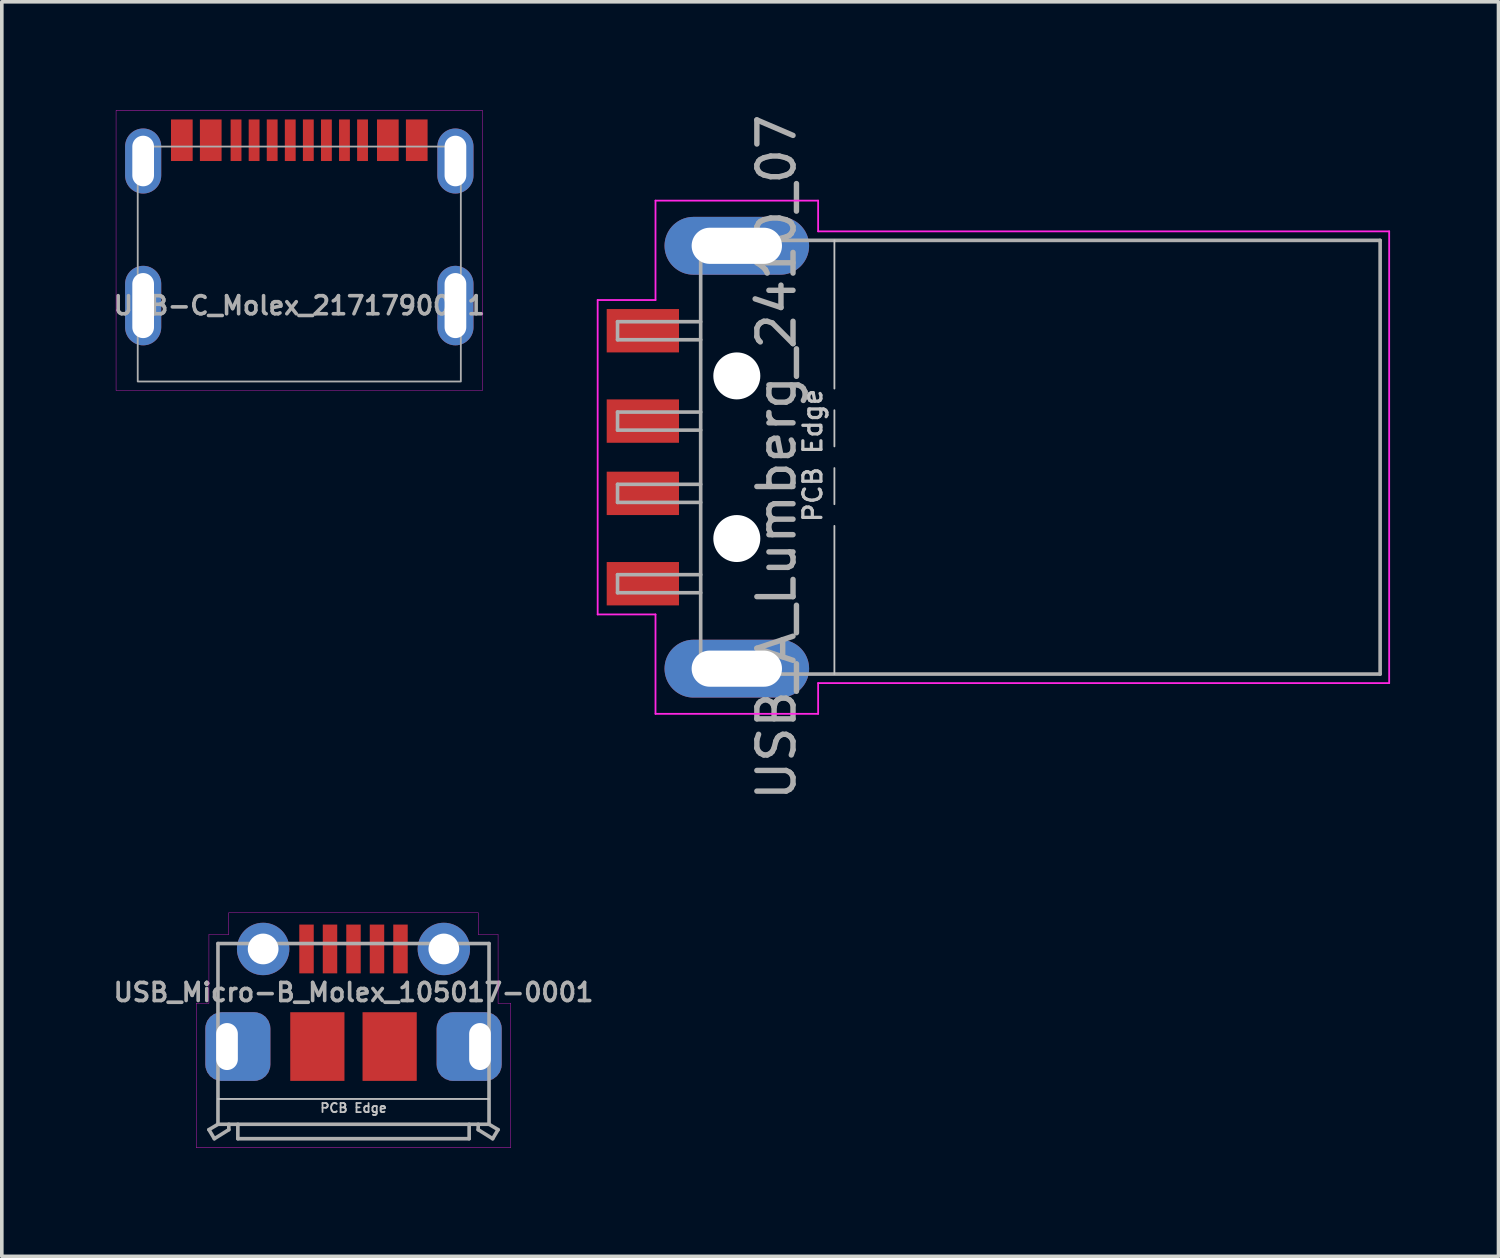
<source format=kicad_pcb>
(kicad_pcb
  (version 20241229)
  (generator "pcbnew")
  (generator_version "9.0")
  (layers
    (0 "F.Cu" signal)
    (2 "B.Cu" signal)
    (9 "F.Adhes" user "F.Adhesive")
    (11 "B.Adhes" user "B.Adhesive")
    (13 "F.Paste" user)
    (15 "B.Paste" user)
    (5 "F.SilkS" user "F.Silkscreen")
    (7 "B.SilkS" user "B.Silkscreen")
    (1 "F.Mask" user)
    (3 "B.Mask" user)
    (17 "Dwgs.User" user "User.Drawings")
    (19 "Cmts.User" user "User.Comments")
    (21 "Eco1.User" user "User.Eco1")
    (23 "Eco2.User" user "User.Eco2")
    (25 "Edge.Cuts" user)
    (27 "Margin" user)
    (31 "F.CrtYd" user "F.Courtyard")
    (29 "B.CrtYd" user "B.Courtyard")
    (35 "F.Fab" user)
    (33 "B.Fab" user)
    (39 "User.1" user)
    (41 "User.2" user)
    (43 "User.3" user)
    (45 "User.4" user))
  (footprint "USB_A_Lumberg_2410_07"
    (layer "F.Cu")
    (at 17.337 9.601)
    (property "Reference" "USB_A_Lumberg_2410_07" (at 1.1 0 90) (layer "F.Fab") (effects (font (size 1 1) (thickness 0.15))))
    (attr smd)
    (fp_line (start 2.7 -1.9) (end 2.7 -6) (stroke (width 0.05) (type solid)) (layer "Dwgs.User"))
    (fp_line (start 2.7 -0.3) (end 2.7 -1.3) (stroke (width 0.05) (type solid)) (layer "Dwgs.User"))
    (fp_line (start 2.7 0.3) (end 2.7 1.3) (stroke (width 0.05) (type solid)) (layer "Dwgs.User"))
    (fp_line (start 2.7 6) (end 2.7 1.9) (stroke (width 0.05) (type solid)) (layer "Dwgs.User"))
    (fp_line (start -3.85 -4.35) (end -2.25 -4.35) (stroke (width 0.05) (type solid)) (layer "F.CrtYd"))
    (fp_line (start -3.85 4.35) (end -3.85 -4.35) (stroke (width 0.05) (type solid)) (layer "F.CrtYd"))
    (fp_line (start -3.85 4.35) (end -2.25 4.35) (stroke (width 0.05) (type solid)) (layer "F.CrtYd"))
    (fp_line (start -2.25 -7.1) (end -2.25 -4.35) (stroke (width 0.05) (type solid)) (layer "F.CrtYd"))
    (fp_line (start -2.25 -7.1) (end 2.25 -7.1) (stroke (width 0.05) (type solid)) (layer "F.CrtYd"))
    (fp_line (start -2.25 4.35) (end -2.25 7.1) (stroke (width 0.05) (type solid)) (layer "F.CrtYd"))
    (fp_line (start -2.25 7.1) (end 2.25 7.1) (stroke (width 0.05) (type solid)) (layer "F.CrtYd"))
    (fp_line (start 2.25 -6.25) (end 2.25 -7.1) (stroke (width 0.05) (type solid)) (layer "F.CrtYd"))
    (fp_line (start 2.25 -6.25) (end 18.05 -6.25) (stroke (width 0.05) (type solid)) (layer "F.CrtYd"))
    (fp_line (start 2.25 6.25) (end 18.05 6.25) (stroke (width 0.05) (type solid)) (layer "F.CrtYd"))
    (fp_line (start 2.25 7.1) (end 2.25 6.25) (stroke (width 0.05) (type solid)) (layer "F.CrtYd"))
    (fp_line (start 18.05 6.25) (end 18.05 -6.25) (stroke (width 0.05) (type solid)) (layer "F.CrtYd"))
    (fp_line (start -3.3 -3.75) (end -1 -3.75) (stroke (width 0.1) (type solid)) (layer "F.Fab"))
    (fp_line (start -3.3 -3.25) (end -3.3 -3.75) (stroke (width 0.1) (type solid)) (layer "F.Fab"))
    (fp_line (start -3.3 -3.25) (end -1 -3.25) (stroke (width 0.1) (type solid)) (layer "F.Fab"))
    (fp_line (start -3.3 -1.25) (end -1 -1.25) (stroke (width 0.1) (type solid)) (layer "F.Fab"))
    (fp_line (start -3.3 -0.75) (end -3.3 -1.25) (stroke (width 0.1) (type solid)) (layer "F.Fab"))
    (fp_line (start -3.3 -0.75) (end -1 -0.75) (stroke (width 0.1) (type solid)) (layer "F.Fab"))
    (fp_line (start -3.3 0.75) (end -1 0.75) (stroke (width 0.1) (type solid)) (layer "F.Fab"))
    (fp_line (start -3.3 1.25) (end -3.3 0.75) (stroke (width 0.1) (type solid)) (layer "F.Fab"))
    (fp_line (start -3.3 1.25) (end -1 1.25) (stroke (width 0.1) (type solid)) (layer "F.Fab"))
    (fp_line (start -3.3 3.25) (end -1 3.25) (stroke (width 0.1) (type solid)) (layer "F.Fab"))
    (fp_line (start -3.3 3.75) (end -3.3 3.25) (stroke (width 0.1) (type solid)) (layer "F.Fab"))
    (fp_line (start -3.3 3.75) (end -1 3.75) (stroke (width 0.1) (type solid)) (layer "F.Fab"))
    (fp_line (start -1 -6) (end 17.8 -6) (stroke (width 0.1) (type solid)) (layer "F.Fab"))
    (fp_line (start -1 6) (end -1 -6) (stroke (width 0.1) (type solid)) (layer "F.Fab"))
    (fp_line (start -1 6) (end 17.8 6) (stroke (width 0.1) (type solid)) (layer "F.Fab"))
    (fp_line (start 17.8 6) (end 17.8 -6) (stroke (width 0.1) (type solid)) (layer "F.Fab"))
    (fp_text user "PCB Edge" (at 2.1 -0.05 90) (layer "Dwgs.User") (effects (font (size 0.5 0.5) (thickness 0.09))))
    (pad "" np_thru_hole circle (at 0 -2.25) (size 1.3 1.3) (drill 1.3) (layers "*.Cu" "*.Mask"))
    (pad "" np_thru_hole circle (at 0 2.25) (size 1.3 1.3) (drill 1.3) (layers "*.Cu" "*.Mask"))
    (pad "1" smd rect (at -2.6 -3.5) (size 2 1.2) (layers "F.Cu" "F.Mask" "F.Paste"))
    (pad "2" smd rect (at -2.6 -1) (size 2 1.2) (layers "F.Cu" "F.Mask" "F.Paste"))
    (pad "3" smd rect (at -2.6 1) (size 2 1.2) (layers "F.Cu" "F.Mask" "F.Paste"))
    (pad "4" smd rect (at -2.6 3.5) (size 2 1.2) (layers "F.Cu" "F.Mask" "F.Paste"))
    (pad "5" thru_hole oval (at 0 -5.85) (size 4 1.6) (drill oval 2.5 1) (layers "*.Cu" "*.Mask"))
    (pad "5" thru_hole oval (at 0 5.85) (size 4 1.6) (drill oval 2.5 1) (layers "*.Cu" "*.Mask")))
  (footprint "USB-C_Molex_2171790001"
    (layer "F.Cu")
    (at 5.231 5.405)
    (property "Reference" "USB-C_Molex_2171790001" (at 0 0 0) (layer "F.Fab") (effects (font (size 0.5 0.5) (thickness 0.1))))
    (attr smd)
    (fp_rect (start -5.07 -5.4) (end 5.07 2.35) (stroke (width 0.01) (type solid)) (fill no) (layer "F.CrtYd"))
    (fp_rect (start -4.47 -4.4) (end 4.47 2.1) (stroke (width 0.05) (type solid)) (fill no) (layer "F.Fab"))
    (pad "A1-B12" smd rect (at -3.25 -4.575) (size 0.6 1.15) (layers "F.Cu" "F.Mask" "F.Paste"))
    (pad "A4-B9" smd rect (at -2.45 -4.575) (size 0.6 1.15) (layers "F.Cu" "F.Mask" "F.Paste"))
    (pad "A5" smd rect (at -1.25 -4.575) (size 0.3 1.15) (layers "F.Cu" "F.Mask" "F.Paste"))
    (pad "A6" smd rect (at -0.25 -4.575) (size 0.3 1.15) (layers "F.Cu" "F.Mask" "F.Paste"))
    (pad "A7" smd rect (at 0.25 -4.575) (size 0.3 1.15) (layers "F.Cu" "F.Mask" "F.Paste"))
    (pad "A8" smd rect (at 1.25 -4.575) (size 0.3 1.15) (layers "F.Cu" "F.Mask" "F.Paste"))
    (pad "B1-A12" smd rect (at 3.25 -4.575) (size 0.6 1.15) (layers "F.Cu" "F.Mask" "F.Paste"))
    (pad "B4-A9" smd rect (at 2.45 -4.575) (size 0.6 1.15) (layers "F.Cu" "F.Mask" "F.Paste"))
    (pad "B5" smd rect (at 1.75 -4.575) (size 0.3 1.15) (layers "F.Cu" "F.Mask" "F.Paste"))
    (pad "B6" smd rect (at 0.75 -4.575) (size 0.3 1.15) (layers "F.Cu" "F.Mask" "F.Paste"))
    (pad "B7" smd rect (at -0.75 -4.575) (size 0.3 1.15) (layers "F.Cu" "F.Mask" "F.Paste"))
    (pad "B8" smd rect (at -1.75 -4.575) (size 0.3 1.15) (layers "F.Cu" "F.Mask" "F.Paste"))
    (pad "S" thru_hole oval (at -4.32 -4) (size 1 1.8) (drill oval 0.6 1.4) (layers "*.Cu" "*.Mask"))
    (pad "S" thru_hole oval (at -4.32 0) (size 1 2.2) (drill oval 0.6 1.8) (layers "*.Cu" "*.Mask"))
    (pad "S" thru_hole oval (at 4.32 -4) (size 1 1.8) (drill oval 0.6 1.4) (layers "*.Cu" "*.Mask"))
    (pad "S" thru_hole oval (at 4.32 0) (size 1 2.2) (drill oval 0.6 1.8) (layers "*.Cu" "*.Mask")))
  (footprint "USB_Micro-B_Molex_105017-0001"
    (layer "F.Cu")
    (at 6.731 25.907)
    (property "Reference" "USB_Micro-B_Molex_105017-0001" (at 0 -1.5 0) (layer "F.Fab") (effects (font (size 0.5 0.5) (thickness 0.1))))
    (attr through_hole)
    (fp_line (start -3.75 1.45) (end 3.75 1.45) (stroke (width 0.05) (type solid)) (layer "Dwgs.User"))
    (fp_line (start -4.35 -1.2) (end -4 -1.2) (stroke (width 0.01) (type solid)) (layer "F.CrtYd"))
    (fp_line (start -4.35 2.8) (end -4.35 -1.2) (stroke (width 0.01) (type solid)) (layer "F.CrtYd"))
    (fp_line (start -4.35 2.8) (end 4.35 2.8) (stroke (width 0.01) (type solid)) (layer "F.CrtYd"))
    (fp_line (start -4 -3.1) (end -3.45 -3.1) (stroke (width 0.01) (type solid)) (layer "F.CrtYd"))
    (fp_line (start -4 -1.2) (end -4 -3.1) (stroke (width 0.01) (type solid)) (layer "F.CrtYd"))
    (fp_line (start -3.45 -3.7) (end 3.45 -3.7) (stroke (width 0.01) (type solid)) (layer "F.CrtYd"))
    (fp_line (start -3.45 -3.1) (end -3.45 -3.7) (stroke (width 0.01) (type solid)) (layer "F.CrtYd"))
    (fp_line (start 3.45 -3.7) (end 3.45 -3.1) (stroke (width 0.01) (type solid)) (layer "F.CrtYd"))
    (fp_line (start 3.45 -3.1) (end 4 -3.1) (stroke (width 0.01) (type solid)) (layer "F.CrtYd"))
    (fp_line (start 4 -3.1) (end 4 -1.2) (stroke (width 0.01) (type solid)) (layer "F.CrtYd"))
    (fp_line (start 4.35 -1.2) (end 4 -1.2) (stroke (width 0.01) (type solid)) (layer "F.CrtYd"))
    (fp_line (start 4.35 -1.2) (end 4.35 2.8) (stroke (width 0.01) (type solid)) (layer "F.CrtYd"))
    (fp_line (start -4 2.3) (end -3.85 2.55) (stroke (width 0.1) (type solid)) (layer "F.Fab"))
    (fp_line (start -3.85 2.55) (end -3.45 2.3) (stroke (width 0.1) (type solid)) (layer "F.Fab"))
    (fp_line (start -3.75 -2.85) (end 3.75 -2.85) (stroke (width 0.1) (type solid)) (layer "F.Fab"))
    (fp_line (start -3.75 2.15) (end -4 2.3) (stroke (width 0.1) (type solid)) (layer "F.Fab"))
    (fp_line (start -3.75 2.15) (end -3.75 -2.85) (stroke (width 0.1) (type solid)) (layer "F.Fab"))
    (fp_line (start -3.75 2.15) (end 3.75 2.15) (stroke (width 0.1) (type solid)) (layer "F.Fab"))
    (fp_line (start -3.45 2.15) (end -3.45 2.3) (stroke (width 0.1) (type solid)) (layer "F.Fab"))
    (fp_line (start -3.2 2.15) (end -3.2 2.55) (stroke (width 0.1) (type solid)) (layer "F.Fab"))
    (fp_line (start -3.2 2.55) (end 3.2 2.55) (stroke (width 0.1) (type solid)) (layer "F.Fab"))
    (fp_line (start 3.2 2.55) (end 3.2 2.15) (stroke (width 0.1) (type solid)) (layer "F.Fab"))
    (fp_line (start 3.45 2.3) (end 3.45 2.15) (stroke (width 0.1) (type solid)) (layer "F.Fab"))
    (fp_line (start 3.75 -2.85) (end 3.75 2.15) (stroke (width 0.1) (type solid)) (layer "F.Fab"))
    (fp_line (start 3.75 2.15) (end 4 2.3) (stroke (width 0.1) (type solid)) (layer "F.Fab"))
    (fp_line (start 3.85 2.55) (end 3.45 2.3) (stroke (width 0.1) (type solid)) (layer "F.Fab"))
    (fp_line (start 4 2.3) (end 3.85 2.55) (stroke (width 0.1) (type solid)) (layer "F.Fab"))
    (fp_text user "PCB Edge" (at 0 1.7 0) (layer "Dwgs.User") (effects (font (size 0.25 0.25) (thickness 0.05))))
    (pad "1" smd rect (at -1.3 -2.7) (size 0.4 1.35) (layers "F.Cu" "F.Mask" "F.Paste"))
    (pad "2" smd rect (at -0.65 -2.7) (size 0.4 1.35) (layers "F.Cu" "F.Mask" "F.Paste"))
    (pad "3" smd rect (at 0 -2.7) (size 0.4 1.35) (layers "F.Cu" "F.Mask" "F.Paste"))
    (pad "4" smd rect (at 0.65 -2.7) (size 0.4 1.35) (layers "F.Cu" "F.Mask" "F.Paste"))
    (pad "5" smd rect (at 1.3 -2.7) (size 0.4 1.35) (layers "F.Cu" "F.Mask" "F.Paste"))
    (pad "6" thru_hole roundrect (at -3.5 0) (size 1.8 1.9) (drill oval 0.6 1.3 (offset 0.3 0)) (layers "*.Cu" "*.Mask" "F.Paste") (roundrect_rratio 0.25))
    (pad "6" thru_hole circle (at -2.5 -2.7) (size 1.45 1.45) (drill 0.85) (layers "*.Cu" "*.Mask" "F.Paste"))
    (pad "6" smd rect (at -1 0) (size 1.5 1.9) (layers "F.Cu" "F.Mask" "F.Paste"))
    (pad "6" smd rect (at 1 0) (size 1.5 1.9) (layers "F.Cu" "F.Mask" "F.Paste"))
    (pad "6" thru_hole circle (at 2.5 -2.7) (size 1.45 1.45) (drill 0.85) (layers "*.Cu" "*.Mask" "F.Paste"))
    (pad "6" thru_hole roundrect (at 3.5 0) (size 1.8 1.9) (drill oval 0.6 1.3 (offset -0.3 0)) (layers "*.Cu" "*.Mask" "F.Paste") (roundrect_rratio 0.25)))
  (gr_rect
    (start -3 -3)
    (end 38.412 31.712)
    (stroke (width 0.1) (type default))
    (fill no)
    (layer "Edge.Cuts")))
</source>
